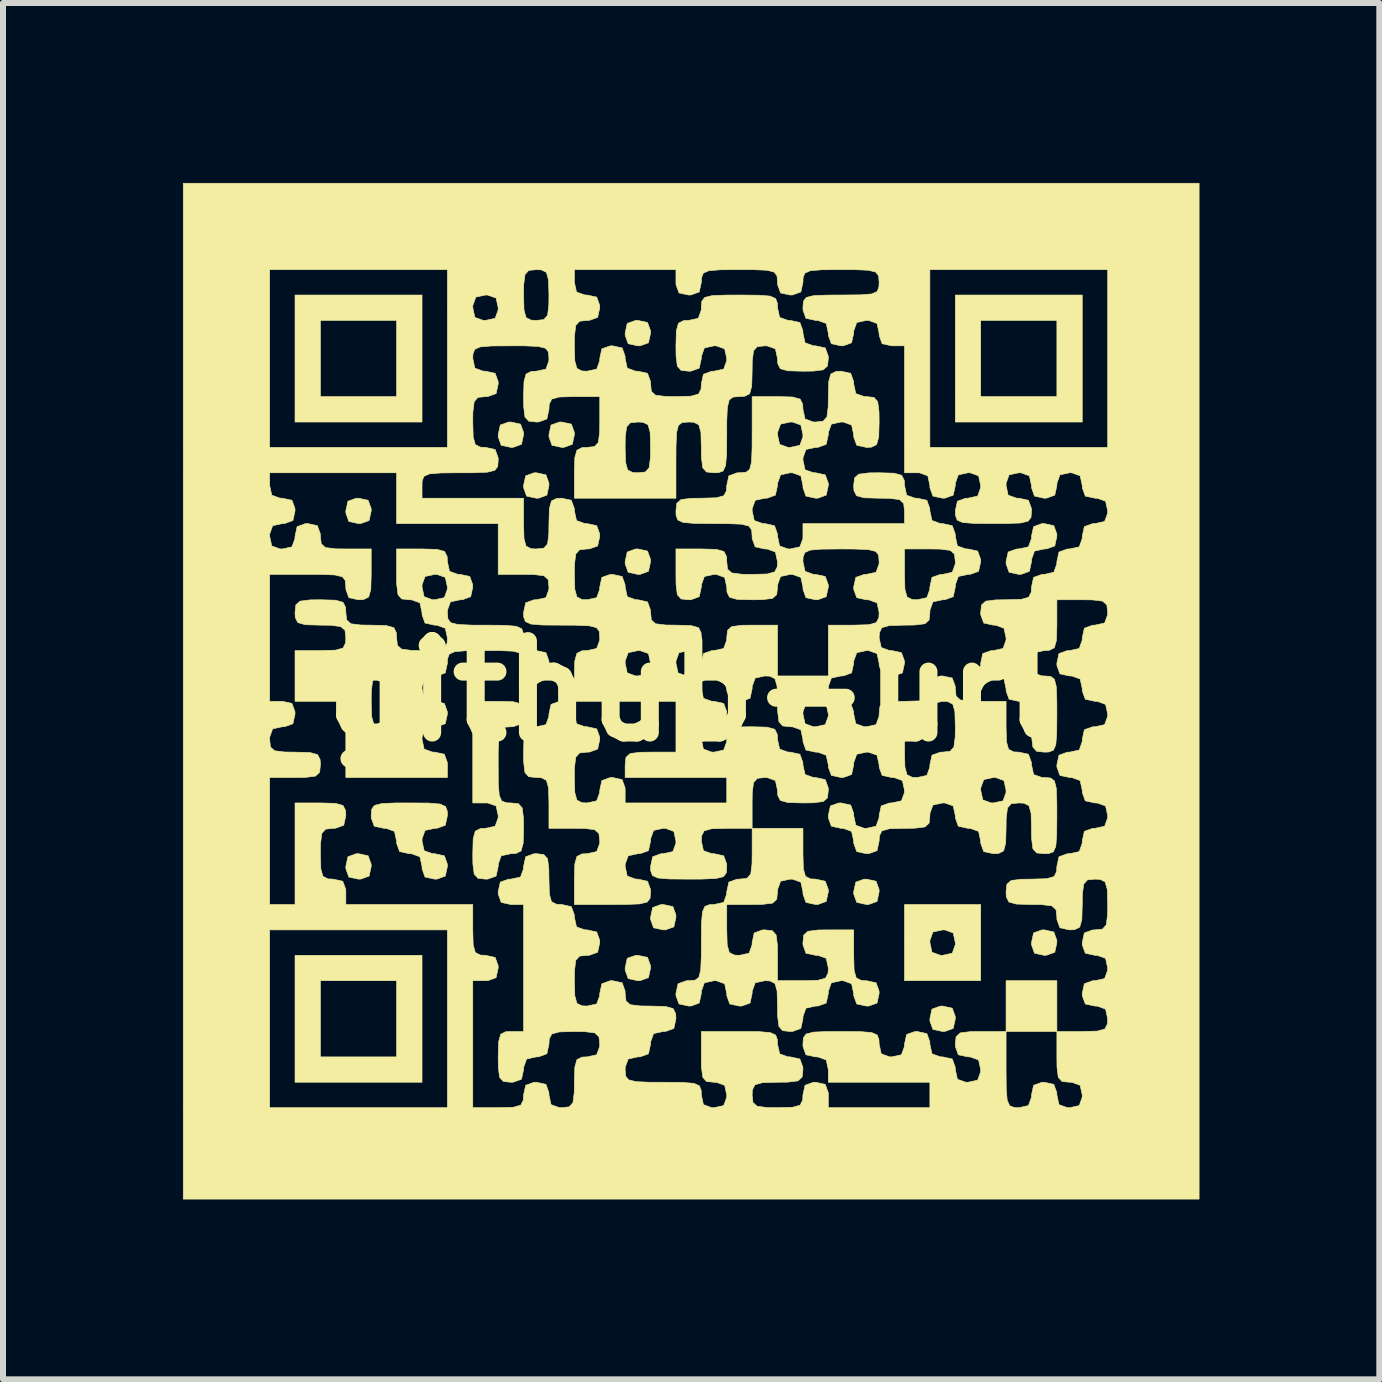
<source format=kicad_pcb>
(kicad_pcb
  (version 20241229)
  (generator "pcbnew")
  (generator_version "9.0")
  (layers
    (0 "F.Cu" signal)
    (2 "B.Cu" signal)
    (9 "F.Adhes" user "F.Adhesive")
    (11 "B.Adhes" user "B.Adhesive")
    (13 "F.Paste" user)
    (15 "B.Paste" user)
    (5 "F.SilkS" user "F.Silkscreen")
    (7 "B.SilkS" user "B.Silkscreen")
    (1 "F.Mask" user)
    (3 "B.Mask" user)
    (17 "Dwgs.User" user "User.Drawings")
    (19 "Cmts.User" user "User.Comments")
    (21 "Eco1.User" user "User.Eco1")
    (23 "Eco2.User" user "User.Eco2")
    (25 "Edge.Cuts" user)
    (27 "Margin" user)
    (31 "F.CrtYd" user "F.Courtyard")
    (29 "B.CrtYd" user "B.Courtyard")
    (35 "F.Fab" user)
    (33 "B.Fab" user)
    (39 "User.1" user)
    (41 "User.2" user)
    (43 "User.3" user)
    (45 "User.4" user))
  (footprint "github-url"
    (layer "F.Cu")
    (at 8.472 8.472)
    (property "Reference" "github-url" (at 0 0 0) (layer "F.SilkS") (effects (font (size 1.524 1.524) (thickness 0.3))))
    (attr through_hole)
    (fp_poly (pts (xy 6.096 5.673) (xy 5.249 5.673) (xy 5.249 4.826) (xy 6.096 4.826) (xy 6.096 5.673)) (stroke (width 0.01) (type solid)) (fill yes) (layer "F.SilkS"))
    (fp_poly (pts (xy -4.487 -4.487) (xy -6.604 -4.487) (xy -6.604 -6.181) (xy -6.181 -6.181) (xy -6.181 -4.911) (xy -4.911 -4.911) (xy -4.911 -6.181) (xy -6.181 -6.181) (xy -6.604 -6.181) (xy -6.604 -6.604) (xy -4.487 -6.604) (xy -4.487 -4.487)) (stroke (width 0.01) (type solid)) (fill yes) (layer "F.SilkS"))
    (fp_poly (pts (xy -4.487 6.519) (xy -6.604 6.519) (xy -6.604 4.826) (xy -6.181 4.826) (xy -6.181 6.096) (xy -4.911 6.096) (xy -4.911 4.826) (xy -6.181 4.826) (xy -6.604 4.826) (xy -6.604 4.403) (xy -4.487 4.403) (xy -4.487 6.519)) (stroke (width 0.01) (type solid)) (fill yes) (layer "F.SilkS"))
    (fp_poly (pts (xy 6.519 -4.487) (xy 4.403 -4.487) (xy 4.403 -6.181) (xy 4.826 -6.181) (xy 4.826 -4.911) (xy 6.096 -4.911) (xy 6.096 -6.181) (xy 4.826 -6.181) (xy 4.403 -6.181) (xy 4.403 -6.604) (xy 6.519 -6.604) (xy 6.519 -4.487)) (stroke (width 0.01) (type solid)) (fill yes) (layer "F.SilkS"))
    (fp_poly (pts (xy -5.385 -3.182) (xy -5.335 -3.045) (xy -5.334 -3.006) (xy -5.369 -2.845) (xy -5.507 -2.795) (xy -5.546 -2.794) (xy -5.707 -2.829) (xy -5.756 -2.967) (xy -5.757 -3.006) (xy -5.722 -3.167) (xy -5.585 -3.216) (xy -5.546 -3.217) (xy -5.385 -3.182)) (stroke (width 0.01) (type solid)) (fill yes) (layer "F.SilkS"))
    (fp_poly (pts (xy -5.385 2.744) (xy -5.335 2.882) (xy -5.334 2.921) (xy -5.369 3.082) (xy -5.507 3.132) (xy -5.546 3.133) (xy -5.707 3.098) (xy -5.756 2.96) (xy -5.757 2.921) (xy -5.722 2.76) (xy -5.585 2.71) (xy -5.546 2.709) (xy -5.385 2.744)) (stroke (width 0.01) (type solid)) (fill yes) (layer "F.SilkS"))
    (fp_poly (pts (xy -2.845 -4.452) (xy -2.795 -4.315) (xy -2.794 -4.276) (xy -2.829 -4.115) (xy -2.967 -4.065) (xy -3.006 -4.064) (xy -3.167 -4.099) (xy -3.216 -4.237) (xy -3.217 -4.276) (xy -3.182 -4.437) (xy -3.045 -4.486) (xy -3.006 -4.487) (xy -2.845 -4.452)) (stroke (width 0.01) (type solid)) (fill yes) (layer "F.SilkS"))
    (fp_poly (pts (xy -2.421 -3.606) (xy -2.372 -3.468) (xy -2.371 -3.429) (xy -2.406 -3.268) (xy -2.543 -3.218) (xy -2.582 -3.217) (xy -2.743 -3.252) (xy -2.793 -3.39) (xy -2.794 -3.429) (xy -2.759 -3.59) (xy -2.621 -3.64) (xy -2.582 -3.641) (xy -2.421 -3.606)) (stroke (width 0.01) (type solid)) (fill yes) (layer "F.SilkS"))
    (fp_poly (pts (xy -1.998 -4.452) (xy -1.948 -4.315) (xy -1.947 -4.276) (xy -1.982 -4.115) (xy -2.12 -4.065) (xy -2.159 -4.064) (xy -2.32 -4.099) (xy -2.37 -4.237) (xy -2.371 -4.276) (xy -2.336 -4.437) (xy -2.198 -4.486) (xy -2.159 -4.487) (xy -1.998 -4.452)) (stroke (width 0.01) (type solid)) (fill yes) (layer "F.SilkS"))
    (fp_poly (pts (xy -0.728 -6.146) (xy -0.678 -6.008) (xy -0.677 -5.969) (xy -0.712 -5.808) (xy -0.85 -5.758) (xy -0.889 -5.757) (xy -1.05 -5.792) (xy -1.1 -5.93) (xy -1.101 -5.969) (xy -1.066 -6.13) (xy -0.928 -6.18) (xy -0.889 -6.181) (xy -0.728 -6.146)) (stroke (width 0.01) (type solid)) (fill yes) (layer "F.SilkS"))
    (fp_poly (pts (xy -0.728 -2.336) (xy -0.678 -2.198) (xy -0.677 -2.159) (xy -0.712 -1.998) (xy -0.85 -1.948) (xy -0.889 -1.947) (xy -1.05 -1.982) (xy -1.1 -2.12) (xy -1.101 -2.159) (xy -1.066 -2.32) (xy -0.928 -2.37) (xy -0.889 -2.371) (xy -0.728 -2.336)) (stroke (width 0.01) (type solid)) (fill yes) (layer "F.SilkS"))
    (fp_poly (pts (xy -0.728 4.438) (xy -0.678 4.575) (xy -0.677 4.614) (xy -0.712 4.775) (xy -0.85 4.825) (xy -0.889 4.826) (xy -1.05 4.791) (xy -1.1 4.653) (xy -1.101 4.614) (xy -1.066 4.453) (xy -0.928 4.404) (xy -0.889 4.403) (xy -0.728 4.438)) (stroke (width 0.01) (type solid)) (fill yes) (layer "F.SilkS"))
    (fp_poly (pts (xy -0.305 3.591) (xy -0.255 3.729) (xy -0.254 3.768) (xy -0.289 3.929) (xy -0.427 3.978) (xy -0.466 3.979) (xy -0.627 3.944) (xy -0.676 3.807) (xy -0.677 3.768) (xy -0.642 3.607) (xy -0.505 3.557) (xy -0.466 3.556) (xy -0.305 3.591)) (stroke (width 0.01) (type solid)) (fill yes) (layer "F.SilkS"))
    (fp_poly (pts (xy 3.082 3.168) (xy 3.132 3.305) (xy 3.133 3.344) (xy 3.098 3.505) (xy 2.96 3.555) (xy 2.921 3.556) (xy 2.76 3.521) (xy 2.71 3.383) (xy 2.709 3.344) (xy 2.744 3.183) (xy 2.882 3.134) (xy 2.921 3.133) (xy 3.082 3.168)) (stroke (width 0.01) (type solid)) (fill yes) (layer "F.SilkS"))
    (fp_poly (pts (xy 4.352 5.284) (xy 4.402 5.422) (xy 4.403 5.461) (xy 4.368 5.622) (xy 4.23 5.672) (xy 4.191 5.673) (xy 4.03 5.638) (xy 3.98 5.5) (xy 3.979 5.461) (xy 4.014 5.3) (xy 4.152 5.25) (xy 4.191 5.249) (xy 4.352 5.284)) (stroke (width 0.01) (type solid)) (fill yes) (layer "F.SilkS"))
    (fp_poly (pts (xy 6.045 4.014) (xy 6.095 4.152) (xy 6.096 4.191) (xy 6.061 4.352) (xy 5.923 4.402) (xy 5.884 4.403) (xy 5.723 4.368) (xy 5.674 4.23) (xy 5.673 4.191) (xy 5.708 4.03) (xy 5.845 3.98) (xy 5.884 3.979) (xy 6.045 4.014)) (stroke (width 0.01) (type solid)) (fill yes) (layer "F.SilkS"))
    (fp_poly (pts (xy 4.826 4.826) (xy 3.556 4.826) (xy 3.556 4.191) (xy 3.979 4.191) (xy 4.014 4.352) (xy 4.152 4.402) (xy 4.191 4.403) (xy 4.352 4.368) (xy 4.402 4.23) (xy 4.403 4.191) (xy 4.368 4.03) (xy 4.23 3.98) (xy 4.191 3.979) (xy 4.03 4.014) (xy 3.98 4.152) (xy 3.979 4.191) (xy 3.556 4.191) (xy 3.556 3.556) (xy 4.826 3.556) (xy 4.826 4.826)) (stroke (width 0.01) (type solid)) (fill yes) (layer "F.SilkS"))
    (fp_poly (pts (xy 6.045 -2.759) (xy 6.095 -2.621) (xy 6.096 -2.582) (xy 6.061 -2.421) (xy 5.923 -2.372) (xy 5.884 -2.371) (xy 5.723 -2.336) (xy 5.674 -2.198) (xy 5.673 -2.159) (xy 5.638 -1.998) (xy 5.5 -1.948) (xy 5.461 -1.947) (xy 5.3 -1.982) (xy 5.25 -2.12) (xy 5.249 -2.159) (xy 5.284 -2.32) (xy 5.422 -2.37) (xy 5.461 -2.371) (xy 5.622 -2.406) (xy 5.672 -2.543) (xy 5.673 -2.582) (xy 5.708 -2.743) (xy 5.845 -2.793) (xy 5.884 -2.794) (xy 6.045 -2.759)) (stroke (width 0.01) (type solid)) (fill yes) (layer "F.SilkS"))
    (fp_poly (pts (xy -4.376 1.865) (xy -4.187 1.881) (xy -4.095 1.922) (xy -4.066 2) (xy -4.064 2.074) (xy -4.099 2.235) (xy -4.237 2.285) (xy -4.276 2.286) (xy -4.437 2.321) (xy -4.486 2.459) (xy -4.487 2.498) (xy -4.452 2.659) (xy -4.315 2.708) (xy -4.276 2.709) (xy -4.115 2.744) (xy -4.065 2.882) (xy -4.064 2.921) (xy -4.099 3.082) (xy -4.237 3.132) (xy -4.276 3.133) (xy -4.437 3.098) (xy -4.486 2.96) (xy -4.487 2.921) (xy -4.522 2.76) (xy -4.66 2.71) (xy -4.699 2.709) (xy -4.86 2.674) (xy -4.91 2.537) (xy -4.911 2.498) (xy -4.946 2.337) (xy -5.083 2.287) (xy -5.122 2.286) (xy -5.283 2.251) (xy -5.333 2.113) (xy -5.334 2.074) (xy -5.326 1.967) (xy -5.279 1.904) (xy -5.156 1.873) (xy -4.922 1.863) (xy -4.699 1.863) (xy -4.376 1.865)) (stroke (width 0.01) (type solid)) (fill yes) (layer "F.SilkS"))
    (fp_poly (pts (xy -2.966 0.176) (xy -2.841 0.211) (xy -2.798 0.296) (xy -2.794 0.381) (xy -2.829 0.542) (xy -2.967 0.592) (xy -3.006 0.593) (xy -3.113 0.601) (xy -3.176 0.648) (xy -3.207 0.771) (xy -3.217 1.005) (xy -3.217 1.228) (xy -3.215 1.551) (xy -3.199 1.74) (xy -3.158 1.831) (xy -3.08 1.86) (xy -3.006 1.863) (xy -2.88 1.876) (xy -2.817 1.946) (xy -2.796 2.116) (xy -2.794 2.286) (xy -2.801 2.537) (xy -2.836 2.663) (xy -2.921 2.705) (xy -3.006 2.709) (xy -3.167 2.744) (xy -3.216 2.882) (xy -3.217 2.921) (xy -3.252 3.082) (xy -3.39 3.132) (xy -3.429 3.133) (xy -3.555 3.119) (xy -3.617 3.049) (xy -3.639 2.879) (xy -3.641 2.709) (xy -3.634 2.458) (xy -3.599 2.333) (xy -3.514 2.29) (xy -3.429 2.286) (xy -3.268 2.251) (xy -3.218 2.113) (xy -3.217 2.074) (xy -3.252 1.913) (xy -3.39 1.864) (xy -3.429 1.863) (xy -3.641 1.863) (xy -3.641 0.169) (xy -3.217 0.169) (xy -2.966 0.176)) (stroke (width 0.01) (type solid)) (fill yes) (layer "F.SilkS"))
    (fp_poly (pts (xy 1.863 2.709) (xy 1.87 2.961) (xy 1.905 3.086) (xy 1.989 3.129) (xy 2.074 3.133) (xy 2.235 3.168) (xy 2.285 3.305) (xy 2.286 3.344) (xy 2.251 3.505) (xy 2.113 3.555) (xy 2.074 3.556) (xy 1.913 3.521) (xy 1.864 3.383) (xy 1.863 3.344) (xy 1.828 3.183) (xy 1.69 3.134) (xy 1.651 3.133) (xy 1.49 3.168) (xy 1.44 3.305) (xy 1.439 3.344) (xy 1.426 3.47) (xy 1.356 3.533) (xy 1.186 3.554) (xy 1.016 3.556) (xy 0.593 3.556) (xy 0.593 3.979) (xy 0.6 4.231) (xy 0.635 4.356) (xy 0.719 4.399) (xy 0.804 4.403) (xy 0.965 4.368) (xy 1.015 4.23) (xy 1.016 4.191) (xy 1.051 4.03) (xy 1.189 3.98) (xy 1.228 3.979) (xy 1.353 3.993) (xy 1.416 4.063) (xy 1.437 4.233) (xy 1.439 4.403) (xy 1.439 4.826) (xy 1.863 4.826) (xy 2.114 4.819) (xy 2.239 4.784) (xy 2.282 4.699) (xy 2.286 4.614) (xy 2.251 4.453) (xy 2.113 4.404) (xy 2.074 4.403) (xy 1.913 4.368) (xy 1.864 4.23) (xy 1.863 4.191) (xy 1.876 4.065) (xy 1.946 4.003) (xy 2.116 3.981) (xy 2.286 3.979) (xy 2.709 3.979) (xy 2.709 4.403) (xy 2.716 4.654) (xy 2.751 4.779) (xy 2.836 4.822) (xy 2.921 4.826) (xy 3.082 4.861) (xy 3.132 4.999) (xy 3.133 5.038) (xy 3.098 5.199) (xy 2.96 5.248) (xy 2.921 5.249) (xy 2.76 5.214) (xy 2.71 5.077) (xy 2.709 5.038) (xy 2.674 4.877) (xy 2.537 4.827) (xy 2.498 4.826) (xy 2.337 4.861) (xy 2.287 4.999) (xy 2.286 5.038) (xy 2.251 5.199) (xy 2.113 5.248) (xy 2.074 5.249) (xy 1.913 5.284) (xy 1.864 5.422) (xy 1.863 5.461) (xy 1.828 5.622) (xy 1.69 5.672) (xy 1.651 5.673) (xy 1.525 5.659) (xy 1.463 5.589) (xy 1.441 5.419) (xy 1.439 5.249) (xy 1.432 4.998) (xy 1.397 4.873) (xy 1.313 4.83) (xy 1.228 4.826) (xy 1.067 4.861) (xy 1.017 4.999) (xy 1.016 5.038) (xy 0.981 5.199) (xy 0.843 5.248) (xy 0.804 5.249) (xy 0.643 5.214) (xy 0.594 5.077) (xy 0.593 5.038) (xy 0.558 4.877) (xy 0.42 4.827) (xy 0.381 4.826) (xy 0.22 4.861) (xy 0.17 4.999) (xy 0.169 5.038) (xy 0.134 5.199) (xy -0.003 5.248) (xy -0.042 5.249) (xy -0.203 5.214) (xy -0.253 5.077) (xy -0.254 5.038) (xy -0.219 4.877) (xy -0.081 4.827) (xy -0.042 4.826) (xy 0.065 4.818) (xy 0.128 4.771) (xy 0.159 4.648) (xy 0.169 4.414) (xy 0.169 4.191) (xy 0.172 3.868) (xy 0.188 3.679) (xy 0.229 3.587) (xy 0.307 3.558) (xy 0.381 3.556) (xy 0.542 3.521) (xy 0.592 3.383) (xy 0.593 3.344) (xy 0.628 3.183) (xy 0.765 3.134) (xy 0.804 3.133) (xy 0.93 3.119) (xy 0.993 3.049) (xy 1.014 2.879) (xy 1.016 2.709) (xy 1.016 2.286) (xy 1.863 2.286) (xy 1.863 2.709)) (stroke (width 0.01) (type solid)) (fill yes) (layer "F.SilkS"))
    (fp_poly (pts (xy -4.236 -2.364) (xy -4.111 -2.329) (xy -4.068 -2.244) (xy -4.064 -2.159) (xy -4.029 -1.998) (xy -3.891 -1.948) (xy -3.852 -1.947) (xy -3.691 -1.912) (xy -3.642 -1.775) (xy -3.641 -1.736) (xy -3.676 -1.575) (xy -3.813 -1.525) (xy -3.852 -1.524) (xy -4.013 -1.489) (xy -4.063 -1.351) (xy -4.064 -1.312) (xy -4.056 -1.205) (xy -4.009 -1.142) (xy -3.886 -1.111) (xy -3.652 -1.101) (xy -3.429 -1.101) (xy -3.106 -1.098) (xy -2.917 -1.082) (xy -2.825 -1.041) (xy -2.796 -0.963) (xy -2.794 -0.889) (xy -2.759 -0.728) (xy -2.621 -0.678) (xy -2.582 -0.677) (xy -2.421 -0.642) (xy -2.372 -0.505) (xy -2.371 -0.466) (xy -2.406 -0.305) (xy -2.543 -0.255) (xy -2.582 -0.254) (xy -2.743 -0.289) (xy -2.793 -0.427) (xy -2.794 -0.466) (xy -2.802 -0.573) (xy -2.849 -0.636) (xy -2.972 -0.667) (xy -3.206 -0.677) (xy -3.429 -0.677) (xy -3.752 -0.675) (xy -3.941 -0.659) (xy -4.033 -0.618) (xy -4.062 -0.54) (xy -4.064 -0.466) (xy -4.099 -0.305) (xy -4.237 -0.255) (xy -4.276 -0.254) (xy -4.437 -0.219) (xy -4.486 -0.081) (xy -4.487 -0.042) (xy -4.452 0.119) (xy -4.315 0.168) (xy -4.276 0.169) (xy -4.115 0.204) (xy -4.065 0.342) (xy -4.064 0.381) (xy -4.099 0.542) (xy -4.237 0.592) (xy -4.276 0.593) (xy -4.437 0.628) (xy -4.486 0.765) (xy -4.487 0.804) (xy -4.452 0.965) (xy -4.315 1.015) (xy -4.276 1.016) (xy -4.115 1.051) (xy -4.065 1.189) (xy -4.064 1.228) (xy -4.064 1.439) (xy -5.757 1.439) (xy -5.757 0.169) (xy -5.334 0.169) (xy -5.327 0.421) (xy -5.292 0.546) (xy -5.207 0.589) (xy -5.122 0.593) (xy -4.997 0.579) (xy -4.934 0.509) (xy -4.913 0.339) (xy -4.911 0.169) (xy -4.918 -0.082) (xy -4.953 -0.207) (xy -5.037 -0.25) (xy -5.122 -0.254) (xy -5.248 -0.24) (xy -5.311 -0.17) (xy -5.332 -0.001) (xy -5.334 0.169) (xy -5.757 0.169) (xy -6.604 0.169) (xy -6.604 -0.677) (xy -6.181 -0.677) (xy -5.929 -0.684) (xy -5.804 -0.719) (xy -5.761 -0.804) (xy -5.757 -0.889) (xy -5.771 -1.015) (xy -5.841 -1.077) (xy -6.011 -1.099) (xy -6.181 -1.101) (xy -6.432 -1.108) (xy -6.557 -1.143) (xy -6.6 -1.227) (xy -6.604 -1.312) (xy -6.59 -1.438) (xy -6.52 -1.501) (xy -6.351 -1.522) (xy -6.181 -1.524) (xy -5.929 -1.517) (xy -5.804 -1.482) (xy -5.761 -1.397) (xy -5.757 -1.312) (xy -5.744 -1.187) (xy -5.674 -1.124) (xy -5.504 -1.103) (xy -5.334 -1.101) (xy -5.083 -1.094) (xy -4.957 -1.059) (xy -4.915 -0.974) (xy -4.911 -0.889) (xy -4.897 -0.763) (xy -4.827 -0.701) (xy -4.657 -0.679) (xy -4.487 -0.677) (xy -4.236 -0.684) (xy -4.111 -0.719) (xy -4.068 -0.804) (xy -4.064 -0.889) (xy -4.099 -1.05) (xy -4.237 -1.1) (xy -4.276 -1.101) (xy -4.437 -1.136) (xy -4.486 -1.273) (xy -4.487 -1.312) (xy -4.522 -1.473) (xy -4.66 -1.523) (xy -4.699 -1.524) (xy -4.825 -1.538) (xy -4.887 -1.608) (xy -4.903 -1.736) (xy -4.487 -1.736) (xy -4.452 -1.575) (xy -4.315 -1.525) (xy -4.276 -1.524) (xy -4.115 -1.559) (xy -4.065 -1.697) (xy -4.064 -1.736) (xy -4.099 -1.897) (xy -4.237 -1.946) (xy -4.276 -1.947) (xy -4.437 -1.912) (xy -4.486 -1.775) (xy -4.487 -1.736) (xy -4.903 -1.736) (xy -4.909 -1.777) (xy -4.911 -1.947) (xy -4.911 -2.371) (xy -4.487 -2.371) (xy -4.236 -2.364)) (stroke (width 0.01) (type solid)) (fill yes) (layer "F.SilkS"))
    (fp_poly (pts (xy 2.659 -5.299) (xy 2.708 -5.161) (xy 2.709 -5.122) (xy 2.744 -4.961) (xy 2.882 -4.912) (xy 2.921 -4.911) (xy 3.047 -4.897) (xy 3.109 -4.827) (xy 3.131 -4.657) (xy 3.133 -4.487) (xy 3.126 -4.236) (xy 3.091 -4.111) (xy 3.006 -4.068) (xy 2.921 -4.064) (xy 2.76 -4.099) (xy 2.71 -4.237) (xy 2.709 -4.276) (xy 2.674 -4.437) (xy 2.537 -4.486) (xy 2.498 -4.487) (xy 2.337 -4.452) (xy 2.287 -4.315) (xy 2.286 -4.276) (xy 2.251 -4.115) (xy 2.113 -4.065) (xy 2.074 -4.064) (xy 1.913 -4.029) (xy 1.864 -3.891) (xy 1.863 -3.852) (xy 1.898 -3.691) (xy 2.035 -3.642) (xy 2.074 -3.641) (xy 2.235 -3.606) (xy 2.285 -3.468) (xy 2.286 -3.429) (xy 2.251 -3.268) (xy 2.113 -3.218) (xy 2.074 -3.217) (xy 1.913 -3.252) (xy 1.864 -3.39) (xy 1.863 -3.429) (xy 1.828 -3.59) (xy 1.69 -3.64) (xy 1.651 -3.641) (xy 1.49 -3.606) (xy 1.44 -3.468) (xy 1.439 -3.429) (xy 1.404 -3.268) (xy 1.267 -3.218) (xy 1.228 -3.217) (xy 1.067 -3.182) (xy 1.017 -3.045) (xy 1.016 -3.006) (xy 1.051 -2.845) (xy 1.189 -2.795) (xy 1.228 -2.794) (xy 1.389 -2.759) (xy 1.438 -2.621) (xy 1.439 -2.582) (xy 1.474 -2.421) (xy 1.612 -2.372) (xy 1.651 -2.371) (xy 1.812 -2.406) (xy 1.862 -2.543) (xy 1.863 -2.582) (xy 1.863 -2.794) (xy 3.556 -2.794) (xy 3.556 -3.006) (xy 3.542 -3.131) (xy 3.472 -3.194) (xy 3.303 -3.215) (xy 3.133 -3.217) (xy 2.881 -3.224) (xy 2.756 -3.259) (xy 2.713 -3.344) (xy 2.709 -3.429) (xy 2.723 -3.555) (xy 2.793 -3.617) (xy 2.963 -3.639) (xy 3.133 -3.641) (xy 3.384 -3.634) (xy 3.509 -3.599) (xy 3.552 -3.514) (xy 3.556 -3.429) (xy 3.591 -3.268) (xy 3.729 -3.218) (xy 3.768 -3.217) (xy 3.929 -3.182) (xy 3.978 -3.045) (xy 3.979 -3.006) (xy 4.014 -2.845) (xy 4.152 -2.795) (xy 4.191 -2.794) (xy 4.352 -2.759) (xy 4.402 -2.621) (xy 4.403 -2.582) (xy 4.438 -2.421) (xy 4.575 -2.372) (xy 4.614 -2.371) (xy 4.775 -2.336) (xy 4.825 -2.198) (xy 4.826 -2.159) (xy 4.791 -1.998) (xy 4.653 -1.948) (xy 4.614 -1.947) (xy 4.453 -1.912) (xy 4.404 -1.775) (xy 4.403 -1.736) (xy 4.368 -1.575) (xy 4.23 -1.525) (xy 4.191 -1.524) (xy 4.03 -1.489) (xy 3.98 -1.351) (xy 3.979 -1.312) (xy 3.966 -1.187) (xy 3.896 -1.124) (xy 3.726 -1.103) (xy 3.556 -1.101) (xy 3.305 -1.094) (xy 3.179 -1.059) (xy 3.137 -0.974) (xy 3.133 -0.889) (xy 3.168 -0.728) (xy 3.305 -0.678) (xy 3.344 -0.677) (xy 3.505 -0.642) (xy 3.555 -0.505) (xy 3.556 -0.466) (xy 3.521 -0.305) (xy 3.383 -0.255) (xy 3.344 -0.254) (xy 3.183 -0.289) (xy 3.134 -0.427) (xy 3.133 -0.466) (xy 3.098 -0.627) (xy 2.96 -0.676) (xy 2.921 -0.677) (xy 2.76 -0.642) (xy 2.71 -0.505) (xy 2.709 -0.466) (xy 2.674 -0.305) (xy 2.537 -0.255) (xy 2.498 -0.254) (xy 2.337 -0.219) (xy 2.287 -0.081) (xy 2.286 -0.042) (xy 2.321 0.119) (xy 2.459 0.168) (xy 2.498 0.169) (xy 2.659 0.204) (xy 2.708 0.342) (xy 2.709 0.381) (xy 2.744 0.542) (xy 2.882 0.592) (xy 2.921 0.593) (xy 3.082 0.558) (xy 3.132 0.42) (xy 3.133 0.381) (xy 3.146 0.255) (xy 3.216 0.193) (xy 3.386 0.171) (xy 3.556 0.169) (xy 3.807 0.162) (xy 3.933 0.127) (xy 3.975 0.043) (xy 3.979 -0.042) (xy 4.014 -0.203) (xy 4.152 -0.253) (xy 4.191 -0.254) (xy 4.352 -0.219) (xy 4.402 -0.081) (xy 4.403 -0.042) (xy 4.416 0.083) (xy 4.486 0.146) (xy 4.656 0.167) (xy 4.826 0.169) (xy 5.249 0.169) (xy 5.249 0.593) (xy 5.256 0.844) (xy 5.291 0.969) (xy 5.376 1.012) (xy 5.461 1.016) (xy 5.622 1.051) (xy 5.672 1.189) (xy 5.673 1.228) (xy 5.708 1.389) (xy 5.845 1.438) (xy 5.884 1.439) (xy 5.992 1.447) (xy 6.055 1.495) (xy 6.086 1.618) (xy 6.095 1.851) (xy 6.096 2.074) (xy 6.093 2.397) (xy 6.078 2.587) (xy 6.037 2.678) (xy 5.959 2.707) (xy 5.884 2.709) (xy 5.759 2.696) (xy 5.696 2.626) (xy 5.675 2.456) (xy 5.673 2.286) (xy 5.666 2.035) (xy 5.631 1.909) (xy 5.546 1.867) (xy 5.461 1.863) (xy 5.335 1.876) (xy 5.273 1.946) (xy 5.251 2.116) (xy 5.249 2.286) (xy 5.242 2.537) (xy 5.207 2.663) (xy 5.123 2.705) (xy 5.038 2.709) (xy 4.877 2.674) (xy 4.827 2.537) (xy 4.826 2.498) (xy 4.791 2.337) (xy 4.653 2.287) (xy 4.614 2.286) (xy 4.453 2.251) (xy 4.404 2.113) (xy 4.403 2.074) (xy 4.368 1.913) (xy 4.23 1.864) (xy 4.191 1.863) (xy 4.03 1.898) (xy 3.98 2.035) (xy 3.979 2.074) (xy 3.966 2.2) (xy 3.896 2.263) (xy 3.726 2.284) (xy 3.556 2.286) (xy 3.305 2.293) (xy 3.179 2.328) (xy 3.137 2.413) (xy 3.133 2.498) (xy 3.098 2.659) (xy 2.96 2.708) (xy 2.921 2.709) (xy 2.76 2.674) (xy 2.71 2.537) (xy 2.709 2.498) (xy 2.674 2.337) (xy 2.537 2.287) (xy 2.498 2.286) (xy 2.337 2.251) (xy 2.287 2.113) (xy 2.286 2.074) (xy 2.321 1.913) (xy 2.459 1.864) (xy 2.498 1.863) (xy 2.659 1.898) (xy 2.708 2.035) (xy 2.709 2.074) (xy 2.744 2.235) (xy 2.882 2.285) (xy 2.921 2.286) (xy 3.082 2.251) (xy 3.132 2.113) (xy 3.133 2.074) (xy 3.168 1.913) (xy 3.305 1.864) (xy 3.344 1.863) (xy 3.505 1.828) (xy 3.555 1.69) (xy 3.556 1.651) (xy 4.826 1.651) (xy 4.861 1.812) (xy 4.999 1.862) (xy 5.038 1.863) (xy 5.199 1.828) (xy 5.248 1.69) (xy 5.249 1.651) (xy 5.214 1.49) (xy 5.077 1.44) (xy 5.038 1.439) (xy 4.877 1.474) (xy 4.827 1.612) (xy 4.826 1.651) (xy 3.556 1.651) (xy 3.521 1.49) (xy 3.383 1.44) (xy 3.344 1.439) (xy 3.183 1.404) (xy 3.134 1.267) (xy 3.133 1.228) (xy 3.098 1.067) (xy 2.96 1.017) (xy 2.921 1.016) (xy 3.556 1.016) (xy 3.563 1.267) (xy 3.598 1.393) (xy 3.683 1.435) (xy 3.768 1.439) (xy 3.929 1.404) (xy 3.978 1.267) (xy 3.979 1.228) (xy 4.014 1.067) (xy 4.152 1.017) (xy 4.191 1.016) (xy 4.317 1.002) (xy 4.379 0.932) (xy 4.401 0.763) (xy 4.403 0.593) (xy 4.396 0.341) (xy 4.361 0.216) (xy 4.276 0.173) (xy 4.191 0.169) (xy 4.03 0.204) (xy 3.98 0.342) (xy 3.979 0.381) (xy 3.944 0.542) (xy 3.807 0.592) (xy 3.768 0.593) (xy 3.642 0.606) (xy 3.579 0.676) (xy 3.558 0.846) (xy 3.556 1.016) (xy 2.921 1.016) (xy 2.76 1.051) (xy 2.71 1.189) (xy 2.709 1.228) (xy 2.674 1.389) (xy 2.537 1.438) (xy 2.498 1.439) (xy 2.337 1.404) (xy 2.287 1.267) (xy 2.286 1.228) (xy 2.251 1.067) (xy 2.113 1.017) (xy 2.074 1.016) (xy 1.913 0.981) (xy 1.864 0.843) (xy 1.863 0.804) (xy 1.828 0.643) (xy 1.69 0.594) (xy 1.651 0.593) (xy 1.525 0.579) (xy 1.463 0.509) (xy 1.447 0.381) (xy 1.863 0.381) (xy 1.898 0.542) (xy 2.035 0.592) (xy 2.074 0.593) (xy 2.235 0.558) (xy 2.285 0.42) (xy 2.286 0.381) (xy 2.251 0.22) (xy 2.113 0.17) (xy 2.074 0.169) (xy 1.913 0.204) (xy 1.864 0.342) (xy 1.863 0.381) (xy 1.447 0.381) (xy 1.441 0.339) (xy 1.439 0.169) (xy 1.432 -0.082) (xy 1.397 -0.207) (xy 1.313 -0.25) (xy 1.228 -0.254) (xy 1.067 -0.219) (xy 1.017 -0.081) (xy 1.016 -0.042) (xy 0.981 0.119) (xy 0.843 0.168) (xy 0.804 0.169) (xy 0.643 0.134) (xy 0.594 -0.003) (xy 0.593 -0.042) (xy 0.558 -0.203) (xy 0.42 -0.253) (xy 0.381 -0.254) (xy 0.22 -0.289) (xy 0.17 -0.427) (xy 0.169 -0.466) (xy 0.204 -0.627) (xy 0.342 -0.676) (xy 0.381 -0.677) (xy 0.542 -0.712) (xy 0.592 -0.85) (xy 0.593 -0.889) (xy 0.606 -1.015) (xy 0.676 -1.077) (xy 0.846 -1.099) (xy 1.016 -1.101) (xy 1.439 -1.101) (xy 1.439 -0.254) (xy 2.286 -0.254) (xy 2.286 -1.101) (xy 2.709 -1.101) (xy 2.961 -1.108) (xy 3.086 -1.143) (xy 3.129 -1.227) (xy 3.133 -1.312) (xy 3.098 -1.473) (xy 2.96 -1.523) (xy 2.921 -1.524) (xy 2.76 -1.559) (xy 2.71 -1.697) (xy 2.709 -1.736) (xy 2.744 -1.897) (xy 2.882 -1.946) (xy 2.921 -1.947) (xy 3.082 -1.982) (xy 3.132 -2.12) (xy 3.133 -2.159) (xy 3.125 -2.267) (xy 3.077 -2.33) (xy 2.954 -2.36) (xy 2.721 -2.37) (xy 2.498 -2.371) (xy 3.556 -2.371) (xy 3.556 -1.947) (xy 3.563 -1.696) (xy 3.598 -1.571) (xy 3.683 -1.528) (xy 3.768 -1.524) (xy 3.929 -1.559) (xy 3.978 -1.697) (xy 3.979 -1.736) (xy 4.014 -1.897) (xy 4.152 -1.946) (xy 4.191 -1.947) (xy 4.352 -1.982) (xy 4.402 -2.12) (xy 4.403 -2.159) (xy 4.389 -2.285) (xy 4.319 -2.347) (xy 4.149 -2.369) (xy 3.979 -2.371) (xy 3.556 -2.371) (xy 2.498 -2.371) (xy 2.175 -2.368) (xy 1.985 -2.352) (xy 1.894 -2.311) (xy 1.865 -2.233) (xy 1.863 -2.159) (xy 1.898 -1.998) (xy 2.035 -1.948) (xy 2.074 -1.947) (xy 2.235 -1.912) (xy 2.285 -1.775) (xy 2.286 -1.736) (xy 2.251 -1.575) (xy 2.113 -1.525) (xy 2.074 -1.524) (xy 1.913 -1.559) (xy 1.864 -1.697) (xy 1.863 -1.736) (xy 1.828 -1.897) (xy 1.69 -1.946) (xy 1.651 -1.947) (xy 1.49 -1.912) (xy 1.44 -1.775) (xy 1.439 -1.736) (xy 1.426 -1.61) (xy 1.356 -1.547) (xy 1.186 -1.526) (xy 1.016 -1.524) (xy 0.765 -1.531) (xy 0.639 -1.566) (xy 0.597 -1.651) (xy 0.593 -1.736) (xy 0.558 -1.897) (xy 0.42 -1.946) (xy 0.381 -1.947) (xy 0.22 -1.912) (xy 0.17 -1.775) (xy 0.169 -1.736) (xy 0.134 -1.575) (xy -0.003 -1.525) (xy -0.042 -1.524) (xy -0.168 -1.538) (xy -0.231 -1.608) (xy -0.252 -1.777) (xy -0.254 -1.947) (xy -0.254 -2.371) (xy 0.169 -2.371) (xy 0.421 -2.364) (xy 0.546 -2.329) (xy 0.589 -2.244) (xy 0.593 -2.159) (xy 0.606 -2.033) (xy 0.676 -1.971) (xy 0.846 -1.949) (xy 1.016 -1.947) (xy 1.267 -1.954) (xy 1.393 -1.989) (xy 1.435 -2.074) (xy 1.439 -2.159) (xy 1.404 -2.32) (xy 1.267 -2.37) (xy 1.228 -2.371) (xy 1.067 -2.406) (xy 1.017 -2.543) (xy 1.016 -2.582) (xy 1.008 -2.69) (xy 0.961 -2.753) (xy 0.838 -2.784) (xy 0.604 -2.793) (xy 0.381 -2.794) (xy 0.058 -2.797) (xy -0.131 -2.812) (xy -0.223 -2.853) (xy -0.252 -2.931) (xy -0.254 -3.006) (xy -0.24 -3.131) (xy -0.17 -3.194) (xy -0.001 -3.215) (xy 0.169 -3.217) (xy 0.421 -3.224) (xy 0.546 -3.259) (xy 0.589 -3.344) (xy 0.593 -3.429) (xy 0.628 -3.59) (xy 0.765 -3.64) (xy 0.804 -3.641) (xy 0.912 -3.649) (xy 0.975 -3.696) (xy 1.006 -3.819) (xy 1.015 -4.053) (xy 1.016 -4.276) (xy 1.439 -4.276) (xy 1.474 -4.115) (xy 1.612 -4.065) (xy 1.651 -4.064) (xy 1.812 -4.099) (xy 1.862 -4.237) (xy 1.863 -4.276) (xy 1.828 -4.437) (xy 1.69 -4.486) (xy 1.651 -4.487) (xy 1.49 -4.452) (xy 1.44 -4.315) (xy 1.439 -4.276) (xy 1.016 -4.276) (xy 1.016 -4.911) (xy 1.439 -4.911) (xy 1.691 -4.904) (xy 1.816 -4.869) (xy 1.859 -4.784) (xy 1.863 -4.699) (xy 1.898 -4.538) (xy 2.035 -4.488) (xy 2.074 -4.487) (xy 2.2 -4.501) (xy 2.263 -4.571) (xy 2.284 -4.741) (xy 2.286 -4.911) (xy 2.293 -5.162) (xy 2.328 -5.287) (xy 2.413 -5.33) (xy 2.498 -5.334) (xy 2.659 -5.299)) (stroke (width 0.01) (type solid)) (fill yes) (layer "F.SilkS"))
    (fp_poly (pts (xy 8.467 8.467) (xy -8.467 8.467) (xy -8.467 3.979) (xy -7.027 3.979) (xy -7.027 6.943) (xy -4.064 6.943) (xy -4.064 3.979) (xy -7.027 3.979) (xy -8.467 3.979) (xy -8.467 -3.641) (xy -7.027 -3.641) (xy -7.027 -3.429) (xy -6.992 -3.268) (xy -6.855 -3.218) (xy -6.816 -3.217) (xy -6.655 -3.182) (xy -6.605 -3.045) (xy -6.604 -3.006) (xy -6.639 -2.845) (xy -6.777 -2.795) (xy -6.816 -2.794) (xy -6.977 -2.759) (xy -7.026 -2.621) (xy -7.027 -2.582) (xy -6.992 -2.421) (xy -6.855 -2.372) (xy -6.816 -2.371) (xy -6.655 -2.406) (xy -6.605 -2.543) (xy -6.604 -2.582) (xy -6.569 -2.743) (xy -6.431 -2.793) (xy -6.392 -2.794) (xy -6.231 -2.759) (xy -6.182 -2.621) (xy -6.181 -2.582) (xy -6.167 -2.457) (xy -6.097 -2.394) (xy -5.927 -2.373) (xy -5.757 -2.371) (xy -5.334 -2.371) (xy -5.334 -1.947) (xy -5.341 -1.696) (xy -5.376 -1.571) (xy -5.461 -1.528) (xy -5.546 -1.524) (xy -5.707 -1.559) (xy -5.756 -1.697) (xy -5.757 -1.736) (xy -5.765 -1.843) (xy -5.813 -1.906) (xy -5.936 -1.937) (xy -6.169 -1.947) (xy -6.392 -1.947) (xy -7.027 -1.947) (xy -7.027 0.169) (xy -6.816 0.169) (xy -6.655 0.204) (xy -6.605 0.342) (xy -6.604 0.381) (xy -6.639 0.542) (xy -6.777 0.592) (xy -6.816 0.593) (xy -6.977 0.628) (xy -7.026 0.765) (xy -7.027 0.804) (xy -7.014 0.93) (xy -6.944 0.993) (xy -6.774 1.014) (xy -6.604 1.016) (xy -6.353 1.023) (xy -6.227 1.058) (xy -6.185 1.143) (xy -6.181 1.228) (xy -6.194 1.353) (xy -6.264 1.416) (xy -6.434 1.437) (xy -6.604 1.439) (xy -7.027 1.439) (xy -7.027 3.556) (xy -6.604 3.556) (xy -6.604 1.863) (xy -6.181 1.863) (xy -5.929 1.87) (xy -5.804 1.905) (xy -5.761 1.989) (xy -5.757 2.074) (xy -5.792 2.235) (xy -5.93 2.285) (xy -5.969 2.286) (xy -6.095 2.3) (xy -6.157 2.37) (xy -6.179 2.539) (xy -6.181 2.709) (xy -6.174 2.961) (xy -6.139 3.086) (xy -6.054 3.129) (xy -5.969 3.133) (xy -5.808 3.168) (xy -5.758 3.305) (xy -5.757 3.344) (xy -5.757 3.556) (xy -3.641 3.556) (xy -3.641 3.979) (xy -3.634 4.231) (xy -3.599 4.356) (xy -3.514 4.399) (xy -3.429 4.403) (xy -3.268 4.438) (xy -3.218 4.575) (xy -3.217 4.614) (xy -3.252 4.775) (xy -3.39 4.825) (xy -3.429 4.826) (xy -3.641 4.826) (xy -3.641 6.943) (xy -3.217 6.943) (xy -2.966 6.936) (xy -2.841 6.901) (xy -2.798 6.816) (xy -2.794 6.731) (xy -2.759 6.57) (xy -2.621 6.52) (xy -2.582 6.519) (xy -2.421 6.554) (xy -2.372 6.692) (xy -2.371 6.731) (xy -2.336 6.892) (xy -2.198 6.942) (xy -2.159 6.943) (xy -2.033 6.929) (xy -1.971 6.859) (xy -1.949 6.689) (xy -1.947 6.519) (xy -1.94 6.268) (xy -1.905 6.143) (xy -1.821 6.1) (xy -1.736 6.096) (xy -1.575 6.061) (xy -1.525 5.923) (xy -1.524 5.884) (xy -1.538 5.759) (xy -1.608 5.696) (xy -1.777 5.675) (xy -1.947 5.673) (xy -2.199 5.68) (xy -2.324 5.715) (xy -2.367 5.799) (xy -2.371 5.884) (xy -2.406 6.045) (xy -2.543 6.095) (xy -2.582 6.096) (xy -2.743 6.131) (xy -2.793 6.269) (xy -2.794 6.308) (xy -2.829 6.469) (xy -2.967 6.518) (xy -3.006 6.519) (xy -3.131 6.506) (xy -3.194 6.436) (xy -3.215 6.266) (xy -3.217 6.096) (xy -3.21 5.845) (xy -3.175 5.719) (xy -3.091 5.677) (xy -3.006 5.673) (xy -2.794 5.673) (xy -2.794 3.556) (xy -3.006 3.556) (xy -3.167 3.521) (xy -3.216 3.383) (xy -3.217 3.344) (xy -3.182 3.183) (xy -3.045 3.134) (xy -3.006 3.133) (xy -2.845 3.098) (xy -2.795 2.96) (xy -2.794 2.921) (xy -2.759 2.76) (xy -2.621 2.71) (xy -2.582 2.709) (xy -2.457 2.723) (xy -2.394 2.793) (xy -2.373 2.963) (xy -2.371 3.133) (xy -2.364 3.384) (xy -2.329 3.509) (xy -2.244 3.552) (xy -2.159 3.556) (xy -1.998 3.591) (xy -1.948 3.729) (xy -1.947 3.768) (xy -1.912 3.929) (xy -1.775 3.978) (xy -1.736 3.979) (xy -1.575 4.014) (xy -1.525 4.152) (xy -1.524 4.191) (xy -1.559 4.352) (xy -1.697 4.402) (xy -1.736 4.403) (xy -1.861 4.416) (xy -1.924 4.486) (xy -1.945 4.656) (xy -1.947 4.826) (xy -1.94 5.077) (xy -1.905 5.203) (xy -1.821 5.245) (xy -1.736 5.249) (xy -1.575 5.214) (xy -1.525 5.077) (xy -1.524 5.038) (xy -1.489 4.877) (xy -1.351 4.827) (xy -1.312 4.826) (xy -1.151 4.861) (xy -1.102 4.999) (xy -1.101 5.038) (xy -1.087 5.163) (xy -1.017 5.226) (xy -0.847 5.247) (xy -0.677 5.249) (xy -0.426 5.256) (xy -0.301 5.291) (xy -0.258 5.376) (xy -0.254 5.461) (xy -0.289 5.622) (xy -0.427 5.672) (xy -0.466 5.673) (xy -0.627 5.708) (xy -0.676 5.845) (xy -0.677 5.884) (xy -0.712 6.045) (xy -0.85 6.095) (xy -0.889 6.096) (xy -1.05 6.131) (xy -1.1 6.269) (xy -1.101 6.308) (xy -1.093 6.415) (xy -1.045 6.478) (xy -0.922 6.509) (xy -0.689 6.519) (xy -0.466 6.519) (xy -0.143 6.522) (xy 0.047 6.538) (xy 0.138 6.579) (xy 0.167 6.657) (xy 0.169 6.731) (xy 0.204 6.892) (xy 0.342 6.942) (xy 0.381 6.943) (xy 0.542 6.908) (xy 0.592 6.77) (xy 0.593 6.731) (xy 0.558 6.57) (xy 0.42 6.52) (xy 0.381 6.519) (xy 0.255 6.506) (xy 0.193 6.436) (xy 0.171 6.266) (xy 0.169 6.096) (xy 0.169 5.673) (xy 0.804 5.673) (xy 1.127 5.675) (xy 1.317 5.691) (xy 1.408 5.732) (xy 1.437 5.81) (xy 1.439 5.884) (xy 1.474 6.045) (xy 1.612 6.095) (xy 1.651 6.096) (xy 1.812 6.131) (xy 1.862 6.269) (xy 1.863 6.308) (xy 1.849 6.433) (xy 1.779 6.496) (xy 1.609 6.517) (xy 1.439 6.519) (xy 1.188 6.526) (xy 1.063 6.561) (xy 1.02 6.646) (xy 1.016 6.731) (xy 1.03 6.857) (xy 1.1 6.919) (xy 1.269 6.941) (xy 1.439 6.943) (xy 1.691 6.936) (xy 1.816 6.901) (xy 1.859 6.816) (xy 1.863 6.731) (xy 1.898 6.57) (xy 2.035 6.52) (xy 2.074 6.519) (xy 2.235 6.554) (xy 2.285 6.692) (xy 2.286 6.731) (xy 2.286 6.943) (xy 3.979 6.943) (xy 3.979 6.519) (xy 2.286 6.519) (xy 2.286 6.308) (xy 2.251 6.147) (xy 2.113 6.097) (xy 2.074 6.096) (xy 1.913 6.061) (xy 1.864 5.923) (xy 1.863 5.884) (xy 1.871 5.777) (xy 1.918 5.714) (xy 2.041 5.683) (xy 2.275 5.673) (xy 2.498 5.673) (xy 2.821 5.675) (xy 3.01 5.691) (xy 3.101 5.732) (xy 3.13 5.81) (xy 3.133 5.884) (xy 3.168 6.045) (xy 3.305 6.095) (xy 3.344 6.096) (xy 3.505 6.061) (xy 3.555 5.923) (xy 3.556 5.884) (xy 3.591 5.723) (xy 3.729 5.674) (xy 3.768 5.673) (xy 3.929 5.708) (xy 3.978 5.845) (xy 3.979 5.884) (xy 4.014 6.045) (xy 4.152 6.095) (xy 4.191 6.096) (xy 4.352 6.131) (xy 4.402 6.269) (xy 4.403 6.308) (xy 4.438 6.469) (xy 4.575 6.518) (xy 4.614 6.519) (xy 4.775 6.484) (xy 4.825 6.347) (xy 4.826 6.308) (xy 4.791 6.147) (xy 4.653 6.097) (xy 4.614 6.096) (xy 4.453 6.061) (xy 4.404 5.923) (xy 4.403 5.884) (xy 4.416 5.759) (xy 4.486 5.696) (xy 4.656 5.675) (xy 4.826 5.673) (xy 5.249 5.673) (xy 5.249 6.308) (xy 5.252 6.631) (xy 5.268 6.82) (xy 5.309 6.911) (xy 5.387 6.94) (xy 5.461 6.943) (xy 5.622 6.908) (xy 5.672 6.77) (xy 5.673 6.731) (xy 5.708 6.57) (xy 5.845 6.52) (xy 5.884 6.519) (xy 6.045 6.554) (xy 6.095 6.692) (xy 6.096 6.731) (xy 6.131 6.892) (xy 6.269 6.942) (xy 6.308 6.943) (xy 6.469 6.908) (xy 6.518 6.77) (xy 6.519 6.731) (xy 6.484 6.57) (xy 6.347 6.52) (xy 6.308 6.519) (xy 6.182 6.506) (xy 6.119 6.436) (xy 6.098 6.266) (xy 6.096 6.096) (xy 6.096 5.673) (xy 6.519 5.673) (xy 6.771 5.666) (xy 6.896 5.631) (xy 6.939 5.546) (xy 6.943 5.461) (xy 6.908 5.3) (xy 6.77 5.25) (xy 6.731 5.249) (xy 6.57 5.214) (xy 6.52 5.077) (xy 6.519 5.038) (xy 6.554 4.877) (xy 6.692 4.827) (xy 6.731 4.826) (xy 6.892 4.791) (xy 6.942 4.653) (xy 6.943 4.614) (xy 6.908 4.453) (xy 6.77 4.404) (xy 6.731 4.403) (xy 6.57 4.368) (xy 6.52 4.23) (xy 6.519 4.191) (xy 6.554 4.03) (xy 6.692 3.98) (xy 6.731 3.979) (xy 6.857 3.966) (xy 6.919 3.896) (xy 6.941 3.726) (xy 6.943 3.556) (xy 6.936 3.305) (xy 6.901 3.179) (xy 6.816 3.137) (xy 6.731 3.133) (xy 6.605 3.146) (xy 6.543 3.216) (xy 6.521 3.386) (xy 6.519 3.556) (xy 6.512 3.807) (xy 6.477 3.933) (xy 6.393 3.975) (xy 6.308 3.979) (xy 6.147 3.944) (xy 6.097 3.807) (xy 6.096 3.768) (xy 6.082 3.642) (xy 6.012 3.579) (xy 5.843 3.558) (xy 5.673 3.556) (xy 5.421 3.549) (xy 5.296 3.514) (xy 5.253 3.429) (xy 5.249 3.344) (xy 5.263 3.219) (xy 5.333 3.156) (xy 5.503 3.135) (xy 5.673 3.133) (xy 5.924 3.126) (xy 6.049 3.091) (xy 6.092 3.006) (xy 6.096 2.921) (xy 6.131 2.76) (xy 6.269 2.71) (xy 6.308 2.709) (xy 6.469 2.674) (xy 6.518 2.537) (xy 6.519 2.498) (xy 6.554 2.337) (xy 6.692 2.287) (xy 6.731 2.286) (xy 6.892 2.251) (xy 6.942 2.113) (xy 6.943 2.074) (xy 6.908 1.913) (xy 6.77 1.864) (xy 6.731 1.863) (xy 6.57 1.828) (xy 6.52 1.69) (xy 6.519 1.651) (xy 6.484 1.49) (xy 6.347 1.44) (xy 6.308 1.439) (xy 6.147 1.404) (xy 6.097 1.267) (xy 6.096 1.228) (xy 6.131 1.067) (xy 6.269 1.017) (xy 6.308 1.016) (xy 6.469 0.981) (xy 6.518 0.843) (xy 6.519 0.804) (xy 6.554 0.643) (xy 6.692 0.594) (xy 6.731 0.593) (xy 6.892 0.558) (xy 6.942 0.42) (xy 6.943 0.381) (xy 6.908 0.22) (xy 6.77 0.17) (xy 6.731 0.169) (xy 6.57 0.134) (xy 6.52 -0.003) (xy 6.519 -0.042) (xy 6.484 -0.203) (xy 6.347 -0.253) (xy 6.308 -0.254) (xy 6.147 -0.289) (xy 6.097 -0.427) (xy 6.096 -0.466) (xy 6.131 -0.627) (xy 6.269 -0.676) (xy 6.308 -0.677) (xy 6.469 -0.712) (xy 6.518 -0.85) (xy 6.519 -0.889) (xy 6.554 -1.05) (xy 6.692 -1.1) (xy 6.731 -1.101) (xy 6.892 -1.136) (xy 6.942 -1.273) (xy 6.943 -1.312) (xy 6.929 -1.438) (xy 6.859 -1.501) (xy 6.689 -1.522) (xy 6.519 -1.524) (xy 6.096 -1.524) (xy 6.096 -1.101) (xy 6.089 -0.849) (xy 6.054 -0.724) (xy 5.969 -0.681) (xy 5.884 -0.677) (xy 5.723 -0.642) (xy 5.674 -0.505) (xy 5.673 -0.466) (xy 5.708 -0.305) (xy 5.845 -0.255) (xy 5.884 -0.254) (xy 5.992 -0.246) (xy 6.055 -0.199) (xy 6.086 -0.076) (xy 6.095 0.158) (xy 6.096 0.381) (xy 6.093 0.704) (xy 6.078 0.893) (xy 6.037 0.985) (xy 5.959 1.014) (xy 5.884 1.016) (xy 5.759 1.002) (xy 5.696 0.932) (xy 5.675 0.763) (xy 5.673 0.593) (xy 5.666 0.341) (xy 5.631 0.216) (xy 5.546 0.173) (xy 5.461 0.169) (xy 5.3 0.134) (xy 5.25 -0.003) (xy 5.249 -0.042) (xy 5.214 -0.203) (xy 5.077 -0.253) (xy 5.038 -0.254) (xy 4.877 -0.289) (xy 4.827 -0.427) (xy 4.826 -0.466) (xy 4.861 -0.627) (xy 4.999 -0.676) (xy 5.038 -0.677) (xy 5.199 -0.712) (xy 5.248 -0.85) (xy 5.249 -0.889) (xy 5.214 -1.05) (xy 5.077 -1.1) (xy 5.038 -1.101) (xy 4.877 -1.136) (xy 4.827 -1.273) (xy 4.826 -1.312) (xy 4.84 -1.438) (xy 4.91 -1.501) (xy 5.079 -1.522) (xy 5.249 -1.524) (xy 5.501 -1.531) (xy 5.626 -1.566) (xy 5.669 -1.651) (xy 5.673 -1.736) (xy 5.708 -1.897) (xy 5.845 -1.946) (xy 5.884 -1.947) (xy 6.045 -1.982) (xy 6.095 -2.12) (xy 6.096 -2.159) (xy 6.131 -2.32) (xy 6.269 -2.37) (xy 6.308 -2.371) (xy 6.469 -2.406) (xy 6.518 -2.543) (xy 6.519 -2.582) (xy 6.554 -2.743) (xy 6.692 -2.793) (xy 6.731 -2.794) (xy 6.892 -2.829) (xy 6.942 -2.967) (xy 6.943 -3.006) (xy 6.908 -3.167) (xy 6.77 -3.216) (xy 6.731 -3.217) (xy 6.57 -3.252) (xy 6.52 -3.39) (xy 6.519 -3.429) (xy 6.484 -3.59) (xy 6.347 -3.64) (xy 6.308 -3.641) (xy 6.147 -3.606) (xy 6.097 -3.468) (xy 6.096 -3.429) (xy 6.061 -3.268) (xy 5.923 -3.218) (xy 5.884 -3.217) (xy 5.723 -3.252) (xy 5.674 -3.39) (xy 5.673 -3.429) (xy 5.638 -3.59) (xy 5.5 -3.64) (xy 5.461 -3.641) (xy 5.3 -3.606) (xy 5.25 -3.468) (xy 5.249 -3.429) (xy 5.284 -3.268) (xy 5.422 -3.218) (xy 5.461 -3.217) (xy 5.622 -3.182) (xy 5.672 -3.045) (xy 5.673 -3.006) (xy 5.665 -2.898) (xy 5.617 -2.835) (xy 5.494 -2.804) (xy 5.261 -2.795) (xy 5.038 -2.794) (xy 4.715 -2.797) (xy 4.525 -2.812) (xy 4.434 -2.853) (xy 4.405 -2.931) (xy 4.403 -3.006) (xy 4.438 -3.167) (xy 4.575 -3.216) (xy 4.614 -3.217) (xy 4.775 -3.252) (xy 4.825 -3.39) (xy 4.826 -3.429) (xy 4.791 -3.59) (xy 4.653 -3.64) (xy 4.614 -3.641) (xy 4.453 -3.606) (xy 4.404 -3.468) (xy 4.403 -3.429) (xy 4.368 -3.268) (xy 4.23 -3.218) (xy 4.191 -3.217) (xy 4.03 -3.252) (xy 3.98 -3.39) (xy 3.979 -3.429) (xy 3.944 -3.59) (xy 3.807 -3.64) (xy 3.768 -3.641) (xy 3.556 -3.641) (xy 3.556 -5.757) (xy 3.344 -5.757) (xy 3.183 -5.792) (xy 3.134 -5.93) (xy 3.133 -5.969) (xy 3.098 -6.13) (xy 2.96 -6.18) (xy 2.921 -6.181) (xy 2.76 -6.146) (xy 2.71 -6.008) (xy 2.709 -5.969) (xy 2.674 -5.808) (xy 2.537 -5.758) (xy 2.498 -5.757) (xy 2.337 -5.792) (xy 2.287 -5.93) (xy 2.286 -5.969) (xy 2.251 -6.13) (xy 2.113 -6.18) (xy 2.074 -6.181) (xy 1.913 -6.216) (xy 1.864 -6.353) (xy 1.863 -6.392) (xy 1.871 -6.5) (xy 1.918 -6.563) (xy 2.041 -6.594) (xy 2.275 -6.603) (xy 2.498 -6.604) (xy 2.821 -6.607) (xy 3.01 -6.622) (xy 3.101 -6.663) (xy 3.13 -6.741) (xy 3.133 -6.816) (xy 3.125 -6.923) (xy 3.077 -6.986) (xy 2.954 -7.017) (xy 2.721 -7.027) (xy 2.498 -7.027) (xy 3.979 -7.027) (xy 3.979 -4.064) (xy 6.943 -4.064) (xy 6.943 -7.027) (xy 3.979 -7.027) (xy 2.498 -7.027) (xy 2.175 -7.025) (xy 1.985 -7.009) (xy 1.894 -6.968) (xy 1.865 -6.89) (xy 1.863 -6.816) (xy 1.828 -6.655) (xy 1.69 -6.605) (xy 1.651 -6.604) (xy 1.49 -6.639) (xy 1.44 -6.777) (xy 1.439 -6.816) (xy 1.431 -6.923) (xy 1.384 -6.986) (xy 1.261 -7.017) (xy 1.027 -7.027) (xy 0.804 -7.027) (xy 0.481 -7.025) (xy 0.292 -7.009) (xy 0.201 -6.968) (xy 0.172 -6.89) (xy 0.169 -6.816) (xy 0.134 -6.655) (xy -0.003 -6.605) (xy -0.042 -6.604) (xy -0.203 -6.639) (xy -0.253 -6.777) (xy -0.254 -6.816) (xy -0.254 -7.027) (xy -1.947 -7.027) (xy -1.947 -6.816) (xy -1.912 -6.655) (xy -1.775 -6.605) (xy -1.736 -6.604) (xy -1.575 -6.569) (xy -1.525 -6.431) (xy -1.524 -6.392) (xy -1.559 -6.231) (xy -1.697 -6.182) (xy -1.736 -6.181) (xy -1.861 -6.167) (xy -1.924 -6.097) (xy -1.945 -5.927) (xy -1.947 -5.757) (xy -1.94 -5.506) (xy -1.905 -5.381) (xy -1.821 -5.338) (xy -1.736 -5.334) (xy -1.575 -5.369) (xy -1.525 -5.507) (xy -1.524 -5.546) (xy -1.489 -5.707) (xy -1.351 -5.756) (xy -1.312 -5.757) (xy -1.151 -5.722) (xy -1.102 -5.585) (xy -1.101 -5.546) (xy -1.066 -5.385) (xy -0.928 -5.335) (xy -0.889 -5.334) (xy -0.728 -5.299) (xy -0.678 -5.161) (xy -0.677 -5.122) (xy -0.664 -4.997) (xy -0.594 -4.934) (xy -0.424 -4.913) (xy -0.254 -4.911) (xy -0.003 -4.918) (xy 0.123 -4.953) (xy 0.165 -5.037) (xy 0.169 -5.122) (xy 0.204 -5.283) (xy 0.342 -5.333) (xy 0.381 -5.334) (xy 0.542 -5.369) (xy 0.592 -5.507) (xy 0.593 -5.546) (xy 0.558 -5.707) (xy 0.42 -5.756) (xy 0.381 -5.757) (xy 0.22 -5.722) (xy 0.17 -5.585) (xy 0.169 -5.546) (xy 0.134 -5.385) (xy -0.003 -5.335) (xy -0.042 -5.334) (xy -0.168 -5.348) (xy -0.231 -5.418) (xy -0.252 -5.587) (xy -0.254 -5.757) (xy -0.247 -6.009) (xy -0.212 -6.134) (xy -0.127 -6.177) (xy -0.042 -6.181) (xy 0.119 -6.216) (xy 0.168 -6.353) (xy 0.169 -6.392) (xy 0.177 -6.5) (xy 0.225 -6.563) (xy 0.348 -6.594) (xy 0.581 -6.603) (xy 0.804 -6.604) (xy 1.127 -6.601) (xy 1.317 -6.586) (xy 1.408 -6.545) (xy 1.437 -6.467) (xy 1.439 -6.392) (xy 1.474 -6.231) (xy 1.612 -6.182) (xy 1.651 -6.181) (xy 1.812 -6.146) (xy 1.862 -6.008) (xy 1.863 -5.969) (xy 1.898 -5.808) (xy 2.035 -5.758) (xy 2.074 -5.757) (xy 2.235 -5.722) (xy 2.285 -5.585) (xy 2.286 -5.546) (xy 2.272 -5.42) (xy 2.202 -5.357) (xy 2.033 -5.336) (xy 1.863 -5.334) (xy 1.611 -5.341) (xy 1.486 -5.376) (xy 1.443 -5.461) (xy 1.439 -5.546) (xy 1.404 -5.707) (xy 1.267 -5.756) (xy 1.228 -5.757) (xy 1.102 -5.744) (xy 1.039 -5.674) (xy 1.018 -5.504) (xy 1.016 -5.334) (xy 1.009 -5.083) (xy 0.974 -4.957) (xy 0.889 -4.915) (xy 0.804 -4.911) (xy 0.697 -4.903) (xy 0.634 -4.855) (xy 0.603 -4.732) (xy 0.593 -4.499) (xy 0.593 -4.276) (xy 0.59 -3.953) (xy 0.574 -3.763) (xy 0.533 -3.672) (xy 0.455 -3.643) (xy 0.381 -3.641) (xy 0.255 -3.654) (xy 0.193 -3.724) (xy 0.171 -3.894) (xy 0.169 -4.064) (xy 0.162 -4.315) (xy 0.127 -4.441) (xy 0.043 -4.483) (xy -0.042 -4.487) (xy -0.15 -4.479) (xy -0.213 -4.432) (xy -0.244 -4.309) (xy -0.253 -4.075) (xy -0.254 -3.852) (xy -0.254 -3.217) (xy -1.947 -3.217) (xy -1.947 -3.641) (xy -1.94 -3.892) (xy -1.905 -4.017) (xy -1.821 -4.06) (xy -1.736 -4.064) (xy -1.101 -4.064) (xy -1.094 -3.813) (xy -1.059 -3.687) (xy -0.974 -3.645) (xy -0.889 -3.641) (xy -0.763 -3.654) (xy -0.701 -3.724) (xy -0.679 -3.894) (xy -0.677 -4.064) (xy -0.684 -4.315) (xy -0.719 -4.441) (xy -0.804 -4.483) (xy -0.889 -4.487) (xy -1.015 -4.474) (xy -1.077 -4.404) (xy -1.099 -4.234) (xy -1.101 -4.064) (xy -1.736 -4.064) (xy -1.61 -4.078) (xy -1.547 -4.148) (xy -1.526 -4.317) (xy -1.524 -4.487) (xy -1.524 -4.911) (xy -1.947 -4.911) (xy -2.199 -4.904) (xy -2.324 -4.869) (xy -2.367 -4.784) (xy -2.371 -4.699) (xy -2.406 -4.538) (xy -2.543 -4.488) (xy -2.582 -4.487) (xy -2.708 -4.501) (xy -2.771 -4.571) (xy -2.792 -4.741) (xy -2.794 -4.911) (xy -2.787 -5.162) (xy -2.752 -5.287) (xy -2.667 -5.33) (xy -2.582 -5.334) (xy -2.421 -5.369) (xy -2.372 -5.507) (xy -2.371 -5.546) (xy -2.379 -5.653) (xy -2.426 -5.716) (xy -2.549 -5.747) (xy -2.783 -5.757) (xy -3.006 -5.757) (xy -3.329 -5.755) (xy -3.518 -5.739) (xy -3.609 -5.698) (xy -3.638 -5.62) (xy -3.641 -5.546) (xy -3.606 -5.385) (xy -3.468 -5.335) (xy -3.429 -5.334) (xy -3.268 -5.299) (xy -3.218 -5.161) (xy -3.217 -5.122) (xy -3.252 -4.961) (xy -3.39 -4.912) (xy -3.429 -4.911) (xy -3.555 -4.897) (xy -3.617 -4.827) (xy -3.639 -4.657) (xy -3.641 -4.487) (xy -3.634 -4.236) (xy -3.599 -4.111) (xy -3.514 -4.068) (xy -3.429 -4.064) (xy -3.268 -4.029) (xy -3.218 -3.891) (xy -3.217 -3.852) (xy -3.225 -3.745) (xy -3.273 -3.682) (xy -3.396 -3.651) (xy -3.629 -3.641) (xy -3.852 -3.641) (xy -4.175 -3.638) (xy -4.365 -3.622) (xy -4.456 -3.581) (xy -4.485 -3.503) (xy -4.487 -3.429) (xy -4.487 -3.217) (xy -2.794 -3.217) (xy -2.794 -2.794) (xy -2.787 -2.543) (xy -2.752 -2.417) (xy -2.667 -2.375) (xy -2.582 -2.371) (xy -2.457 -2.384) (xy -2.394 -2.454) (xy -2.373 -2.624) (xy -2.371 -2.794) (xy -2.364 -3.045) (xy -2.329 -3.171) (xy -2.244 -3.213) (xy -2.159 -3.217) (xy -1.998 -3.182) (xy -1.948 -3.045) (xy -1.947 -3.006) (xy -1.912 -2.845) (xy -1.775 -2.795) (xy -1.736 -2.794) (xy -1.575 -2.759) (xy -1.525 -2.621) (xy -1.524 -2.582) (xy -1.559 -2.421) (xy -1.697 -2.372) (xy -1.736 -2.371) (xy -1.861 -2.357) (xy -1.924 -2.287) (xy -1.945 -2.117) (xy -1.947 -1.947) (xy -1.94 -1.696) (xy -1.905 -1.571) (xy -1.821 -1.528) (xy -1.736 -1.524) (xy -1.575 -1.559) (xy -1.525 -1.697) (xy -1.524 -1.736) (xy -1.489 -1.897) (xy -1.351 -1.946) (xy -1.312 -1.947) (xy -1.151 -1.912) (xy -1.102 -1.775) (xy -1.101 -1.736) (xy -1.066 -1.575) (xy -0.928 -1.525) (xy -0.889 -1.524) (xy -0.728 -1.489) (xy -0.678 -1.351) (xy -0.677 -1.312) (xy -0.664 -1.187) (xy -0.594 -1.124) (xy -0.424 -1.103) (xy -0.254 -1.101) (xy -0.003 -1.094) (xy 0.123 -1.059) (xy 0.165 -0.974) (xy 0.169 -0.889) (xy 0.134 -0.728) (xy -0.003 -0.678) (xy -0.042 -0.677) (xy -0.203 -0.642) (xy -0.253 -0.505) (xy -0.254 -0.466) (xy -0.219 -0.305) (xy -0.081 -0.255) (xy -0.042 -0.254) (xy 0.119 -0.219) (xy 0.168 -0.081) (xy 0.169 -0.042) (xy 0.204 0.119) (xy 0.342 0.168) (xy 0.381 0.169) (xy 0.542 0.204) (xy 0.592 0.342) (xy 0.593 0.381) (xy 0.558 0.542) (xy 0.42 0.592) (xy 0.381 0.593) (xy 0.22 0.628) (xy 0.17 0.765) (xy 0.169 0.804) (xy 0.204 0.965) (xy 0.342 1.015) (xy 0.381 1.016) (xy 0.542 0.981) (xy 0.592 0.843) (xy 0.593 0.804) (xy 0.606 0.679) (xy 0.676 0.616) (xy 0.846 0.595) (xy 1.016 0.593) (xy 1.267 0.6) (xy 1.393 0.635) (xy 1.435 0.719) (xy 1.439 0.804) (xy 1.474 0.965) (xy 1.612 1.015) (xy 1.651 1.016) (xy 1.812 1.051) (xy 1.862 1.189) (xy 1.863 1.228) (xy 1.898 1.389) (xy 2.035 1.438) (xy 2.074 1.439) (xy 2.235 1.474) (xy 2.285 1.612) (xy 2.286 1.651) (xy 2.272 1.777) (xy 2.202 1.839) (xy 2.033 1.861) (xy 1.863 1.863) (xy 1.611 1.856) (xy 1.486 1.821) (xy 1.443 1.736) (xy 1.439 1.651) (xy 1.404 1.49) (xy 1.267 1.44) (xy 1.228 1.439) (xy 1.102 1.453) (xy 1.039 1.523) (xy 1.018 1.693) (xy 1.016 1.863) (xy 1.016 2.286) (xy 0.593 2.286) (xy 0.341 2.293) (xy 0.216 2.328) (xy 0.173 2.413) (xy 0.169 2.498) (xy 0.204 2.659) (xy 0.342 2.708) (xy 0.381 2.709) (xy 0.542 2.744) (xy 0.592 2.882) (xy 0.593 2.921) (xy 0.585 3.029) (xy 0.537 3.092) (xy 0.414 3.122) (xy 0.181 3.132) (xy -0.042 3.133) (xy -0.365 3.13) (xy -0.555 3.114) (xy -0.646 3.073) (xy -0.675 2.995) (xy -0.677 2.921) (xy -0.642 2.76) (xy -0.505 2.71) (xy -0.466 2.709) (xy -0.305 2.674) (xy -0.255 2.537) (xy -0.254 2.498) (xy -0.289 2.337) (xy -0.427 2.287) (xy -0.466 2.286) (xy -0.627 2.321) (xy -0.676 2.459) (xy -0.677 2.498) (xy -0.712 2.659) (xy -0.85 2.708) (xy -0.889 2.709) (xy -1.05 2.744) (xy -1.1 2.882) (xy -1.101 2.921) (xy -1.066 3.082) (xy -0.928 3.132) (xy -0.889 3.133) (xy -0.728 3.168) (xy -0.678 3.305) (xy -0.677 3.344) (xy -0.685 3.452) (xy -0.733 3.515) (xy -0.856 3.546) (xy -1.089 3.555) (xy -1.312 3.556) (xy -1.947 3.556) (xy -1.947 3.133) (xy -1.94 2.881) (xy -1.905 2.756) (xy -1.821 2.713) (xy -1.736 2.709) (xy -1.575 2.674) (xy -1.525 2.537) (xy -1.524 2.498) (xy -1.538 2.372) (xy -1.608 2.309) (xy -1.777 2.288) (xy -1.947 2.286) (xy -2.371 2.286) (xy -2.371 1.863) (xy -2.378 1.611) (xy -2.413 1.486) (xy -2.497 1.443) (xy -2.582 1.439) (xy -2.708 1.426) (xy -2.771 1.356) (xy -2.792 1.186) (xy -2.794 1.016) (xy -2.787 0.765) (xy -2.752 0.639) (xy -2.667 0.597) (xy -2.582 0.593) (xy -2.421 0.558) (xy -2.372 0.42) (xy -2.371 0.381) (xy -2.336 0.22) (xy -2.198 0.17) (xy -2.159 0.169) (xy -1.998 0.204) (xy -1.948 0.342) (xy -1.947 0.381) (xy -1.912 0.542) (xy -1.775 0.592) (xy -1.736 0.593) (xy -1.575 0.628) (xy -1.525 0.765) (xy -1.524 0.804) (xy -1.559 0.965) (xy -1.697 1.015) (xy -1.736 1.016) (xy -1.861 1.03) (xy -1.924 1.1) (xy -1.945 1.269) (xy -1.947 1.439) (xy -1.94 1.691) (xy -1.905 1.816) (xy -1.821 1.859) (xy -1.736 1.863) (xy -1.575 1.828) (xy -1.525 1.69) (xy -1.524 1.651) (xy -1.489 1.49) (xy -1.351 1.44) (xy -1.312 1.439) (xy -1.151 1.474) (xy -1.102 1.612) (xy -1.101 1.651) (xy -1.101 1.863) (xy 0.593 1.863) (xy 0.593 1.439) (xy -1.101 1.439) (xy -1.101 1.228) (xy -1.087 1.102) (xy -1.017 1.039) (xy -0.847 1.018) (xy -0.677 1.016) (xy -0.254 1.016) (xy -0.254 0.169) (xy -1.947 0.169) (xy -1.947 -0.254) (xy -1.942 -0.466) (xy -1.101 -0.466) (xy -1.066 -0.305) (xy -0.928 -0.255) (xy -0.889 -0.254) (xy -0.728 -0.289) (xy -0.678 -0.427) (xy -0.677 -0.466) (xy -0.712 -0.627) (xy -0.85 -0.676) (xy -0.889 -0.677) (xy -1.05 -0.642) (xy -1.1 -0.505) (xy -1.101 -0.466) (xy -1.942 -0.466) (xy -1.94 -0.505) (xy -1.905 -0.631) (xy -1.821 -0.673) (xy -1.736 -0.677) (xy -1.575 -0.712) (xy -1.525 -0.85) (xy -1.524 -0.889) (xy -1.532 -0.997) (xy -1.579 -1.06) (xy -1.702 -1.09) (xy -1.936 -1.1) (xy -2.159 -1.101) (xy -2.482 -1.103) (xy -2.671 -1.119) (xy -2.763 -1.16) (xy -2.792 -1.238) (xy -2.794 -1.312) (xy -2.759 -1.473) (xy -2.621 -1.523) (xy -2.582 -1.524) (xy -2.421 -1.559) (xy -2.372 -1.697) (xy -2.371 -1.736) (xy -2.384 -1.861) (xy -2.454 -1.924) (xy -2.624 -1.945) (xy -2.794 -1.947) (xy -3.217 -1.947) (xy -3.217 -2.794) (xy -4.911 -2.794) (xy -4.911 -3.641) (xy -7.027 -3.641) (xy -8.467 -3.641) (xy -8.467 -7.027) (xy -7.027 -7.027) (xy -7.027 -4.064) (xy -4.064 -4.064) (xy -4.064 -6.392) (xy -3.641 -6.392) (xy -3.606 -6.231) (xy -3.468 -6.182) (xy -3.429 -6.181) (xy -3.268 -6.216) (xy -3.218 -6.353) (xy -3.217 -6.392) (xy -3.252 -6.553) (xy -3.39 -6.603) (xy -3.429 -6.604) (xy -2.794 -6.604) (xy -2.787 -6.353) (xy -2.752 -6.227) (xy -2.667 -6.185) (xy -2.582 -6.181) (xy -2.457 -6.194) (xy -2.394 -6.264) (xy -2.373 -6.434) (xy -2.371 -6.604) (xy -2.378 -6.855) (xy -2.413 -6.981) (xy -2.497 -7.023) (xy -2.582 -7.027) (xy -2.708 -7.014) (xy -2.771 -6.944) (xy -2.792 -6.774) (xy -2.794 -6.604) (xy -3.429 -6.604) (xy -3.59 -6.569) (xy -3.64 -6.431) (xy -3.641 -6.392) (xy -4.064 -6.392) (xy -4.064 -7.027) (xy -7.027 -7.027) (xy -8.467 -7.027) (xy -8.467 -8.467) (xy 8.467 -8.467) (xy 8.467 8.467)) (stroke (width 0.01) (type solid)) (fill yes) (layer "F.SilkS")))
  (gr_rect
    (start -3 -3)
    (end 19.943 19.943)
    (stroke (width 0.1) (type default))
    (fill no)
    (layer "Edge.Cuts")))
</source>
